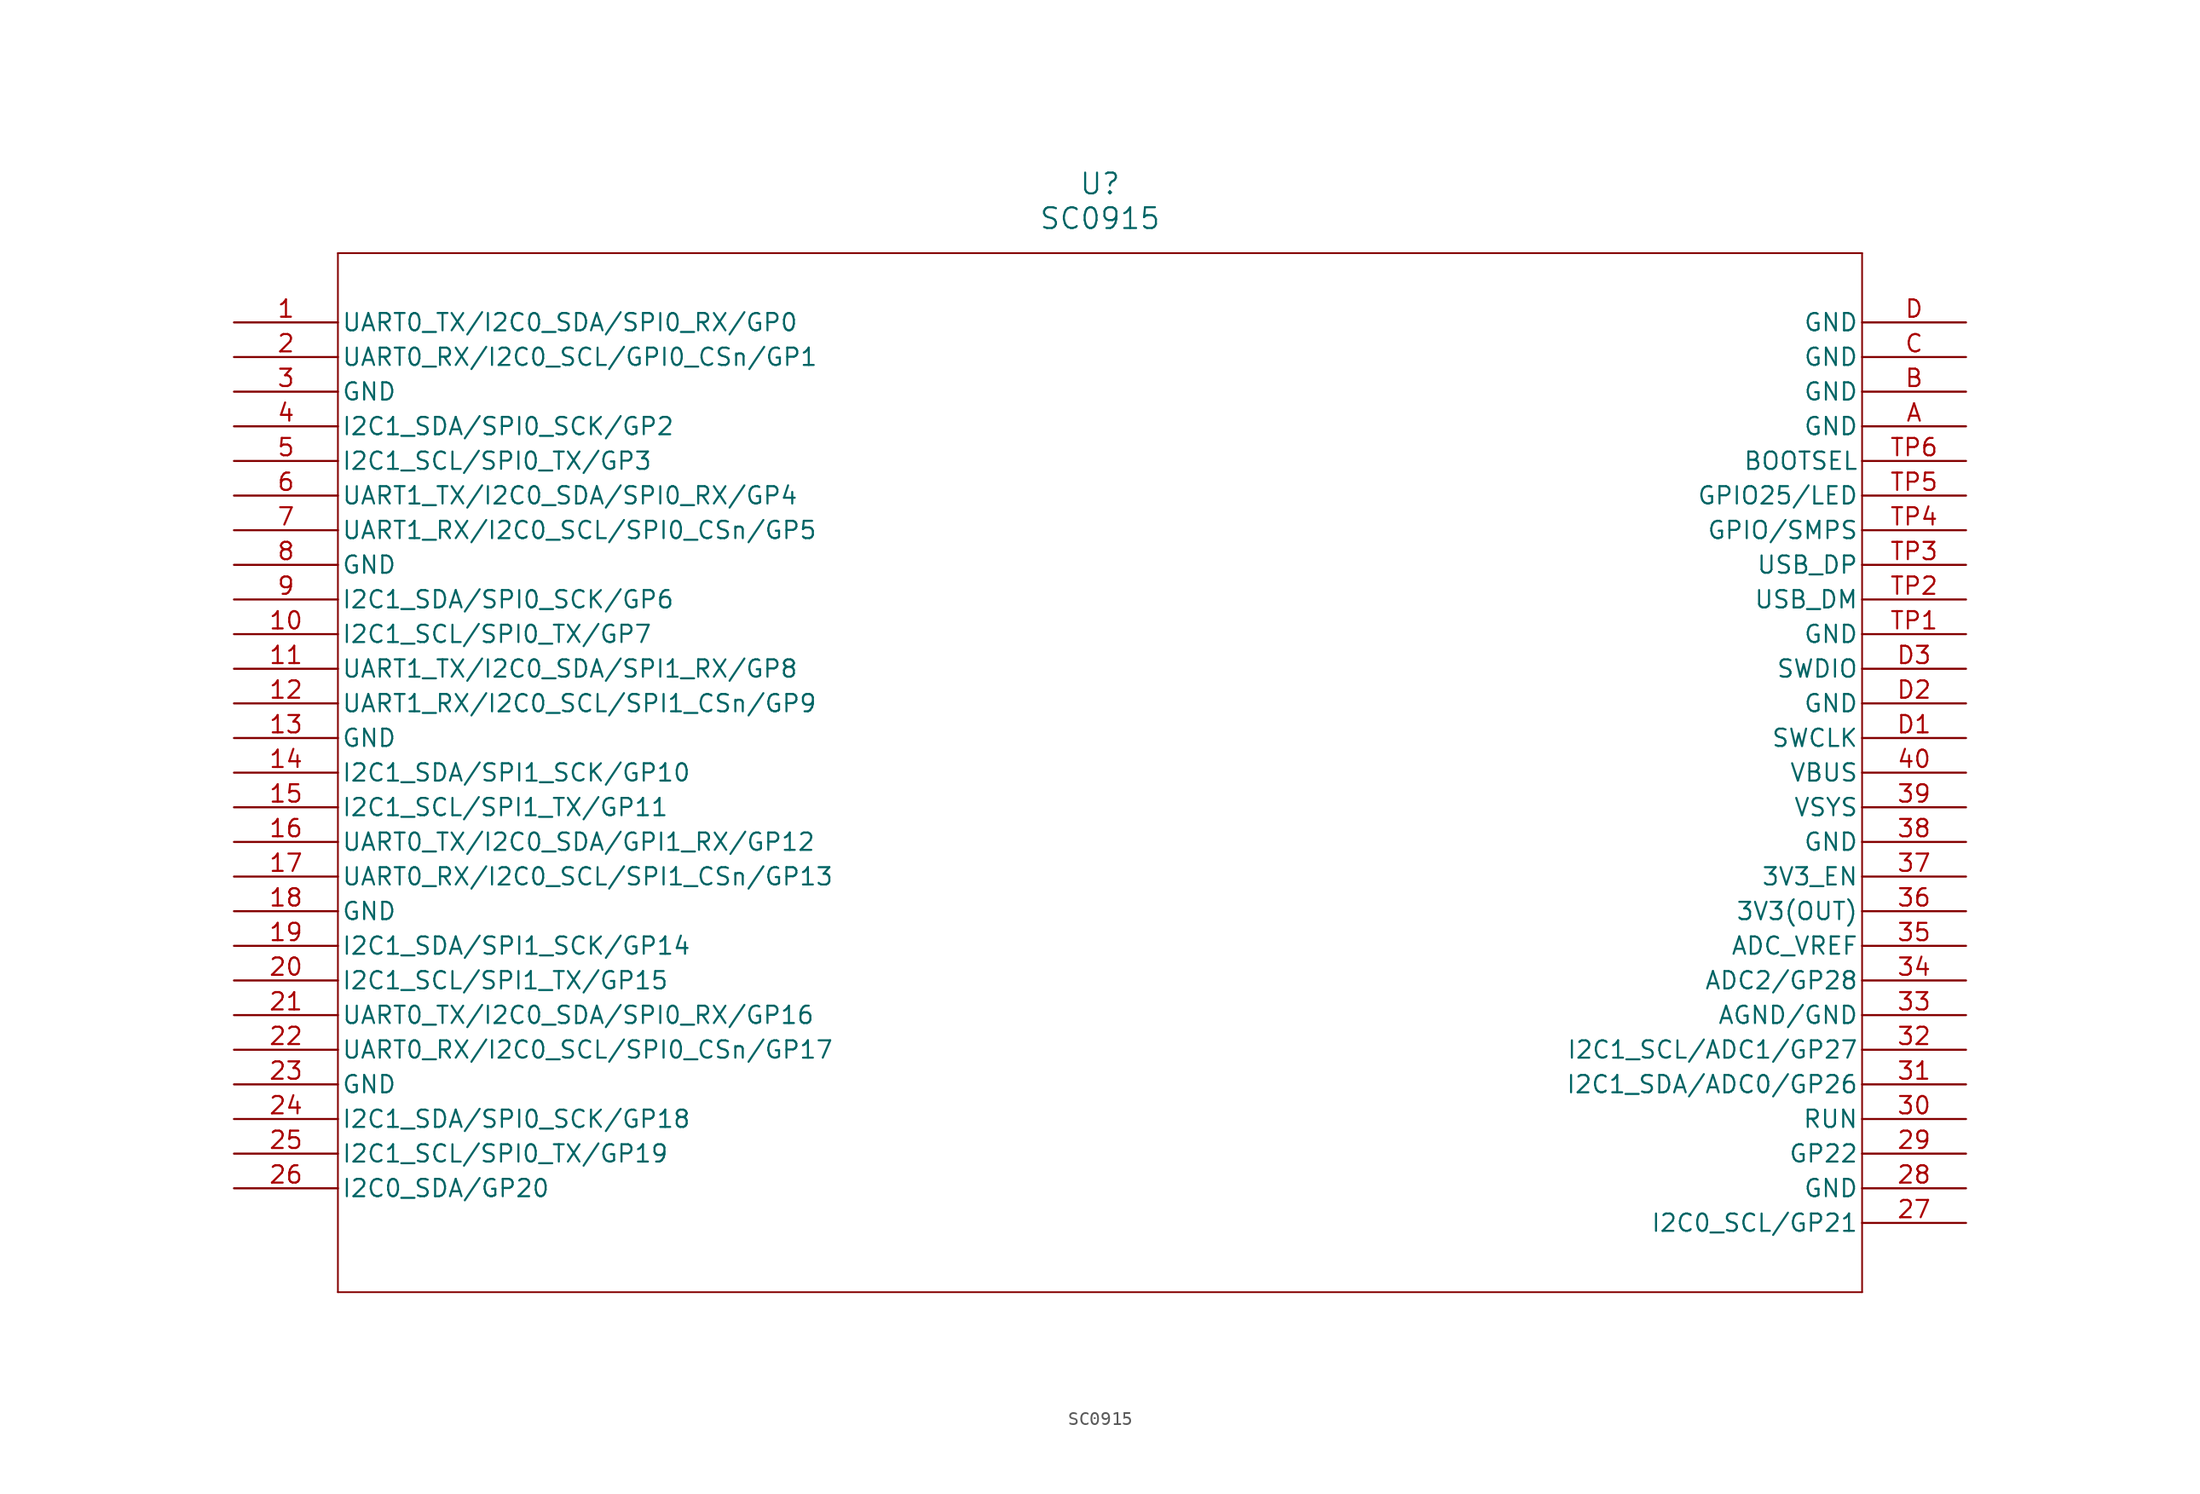
<source format=kicad_sym>
(kicad_symbol_lib
  (version 20211014)
  (generator kicad_symbol_editor)
  (symbol "SC0915"
    (pin_names
      (offset 0.254))
    (property "Reference" "U"
      (at 63.5 10.16 0)
      (effects (font (size 1.524 1.524))))
    (property "Value" "SC0915"
      (at 63.5 7.62 0)
      (effects (font (size 1.524 1.524))))
    (symbol "SC0915_0_1"
      (polyline (pts (xy 7.62 5.08) (xy 7.62 -71.12)) (stroke (width 0.127) (type default) (color 0 0 0 0)) (fill (type none)))
      (polyline (pts (xy 7.62 -71.12) (xy 119.38 -71.12)) (stroke (width 0.127) (type default) (color 0 0 0 0)) (fill (type none)))
      (polyline (pts (xy 119.38 -71.12) (xy 119.38 5.08)) (stroke (width 0.127) (type default) (color 0 0 0 0)) (fill (type none)))
      (polyline (pts (xy 119.38 5.08) (xy 7.62 5.08)) (stroke (width 0.127) (type default) (color 0 0 0 0)) (fill (type none)))
      (pin bidirectional line (at 0 0 0) (length 7.62) (name "UART0_TX/I2C0_SDA/SPI0_RX/GP0" (effects (font (size 1.27 1.27)))) (number "1" (effects (font (size 1.27 1.27)))))
      (pin bidirectional line (at 0 -2.54 0) (length 7.62) (name "UART0_RX/I2C0_SCL/GPI0_CSn/GP1" (effects (font (size 1.27 1.27)))) (number "2" (effects (font (size 1.27 1.27)))))
      (pin power_out line (at 0 -5.08 0) (length 7.62) (name "GND" (effects (font (size 1.27 1.27)))) (number "3" (effects (font (size 1.27 1.27)))))
      (pin bidirectional line (at 0 -7.62 0) (length 7.62) (name "I2C1_SDA/SPI0_SCK/GP2" (effects (font (size 1.27 1.27)))) (number "4" (effects (font (size 1.27 1.27)))))
      (pin bidirectional line (at 0 -10.16 0) (length 7.62) (name "I2C1_SCL/SPI0_TX/GP3" (effects (font (size 1.27 1.27)))) (number "5" (effects (font (size 1.27 1.27)))))
      (pin bidirectional line (at 0 -12.7 0) (length 7.62) (name "UART1_TX/I2C0_SDA/SPI0_RX/GP4" (effects (font (size 1.27 1.27)))) (number "6" (effects (font (size 1.27 1.27)))))
      (pin bidirectional line (at 0 -15.24 0) (length 7.62) (name "UART1_RX/I2C0_SCL/SPI0_CSn/GP5" (effects (font (size 1.27 1.27)))) (number "7" (effects (font (size 1.27 1.27)))))
      (pin power_out line (at 0 -17.78 0) (length 7.62) (name "GND" (effects (font (size 1.27 1.27)))) (number "8" (effects (font (size 1.27 1.27)))))
      (pin bidirectional line (at 0 -20.32 0) (length 7.62) (name "I2C1_SDA/SPI0_SCK/GP6" (effects (font (size 1.27 1.27)))) (number "9" (effects (font (size 1.27 1.27)))))
      (pin bidirectional line (at 0 -22.86 0) (length 7.62) (name "I2C1_SCL/SPI0_TX/GP7" (effects (font (size 1.27 1.27)))) (number "10" (effects (font (size 1.27 1.27)))))
      (pin bidirectional line (at 0 -25.4 0) (length 7.62) (name "UART1_TX/I2C0_SDA/SPI1_RX/GP8" (effects (font (size 1.27 1.27)))) (number "11" (effects (font (size 1.27 1.27)))))
      (pin bidirectional line (at 0 -27.94 0) (length 7.62) (name "UART1_RX/I2C0_SCL/SPI1_CSn/GP9" (effects (font (size 1.27 1.27)))) (number "12" (effects (font (size 1.27 1.27)))))
      (pin power_out line (at 0 -30.48 0) (length 7.62) (name "GND" (effects (font (size 1.27 1.27)))) (number "13" (effects (font (size 1.27 1.27)))))
      (pin bidirectional line (at 0 -33.02 0) (length 7.62) (name "I2C1_SDA/SPI1_SCK/GP10" (effects (font (size 1.27 1.27)))) (number "14" (effects (font (size 1.27 1.27)))))
      (pin bidirectional line (at 0 -35.56 0) (length 7.62) (name "I2C1_SCL/SPI1_TX/GP11" (effects (font (size 1.27 1.27)))) (number "15" (effects (font (size 1.27 1.27)))))
      (pin bidirectional line (at 0 -38.1 0) (length 7.62) (name "UART0_TX/I2C0_SDA/GPI1_RX/GP12" (effects (font (size 1.27 1.27)))) (number "16" (effects (font (size 1.27 1.27)))))
      (pin bidirectional line (at 0 -40.64 0) (length 7.62) (name "UART0_RX/I2C0_SCL/SPI1_CSn/GP13" (effects (font (size 1.27 1.27)))) (number "17" (effects (font (size 1.27 1.27)))))
      (pin power_out line (at 0 -43.18 0) (length 7.62) (name "GND" (effects (font (size 1.27 1.27)))) (number "18" (effects (font (size 1.27 1.27)))))
      (pin bidirectional line (at 0 -45.72 0) (length 7.62) (name "I2C1_SDA/SPI1_SCK/GP14" (effects (font (size 1.27 1.27)))) (number "19" (effects (font (size 1.27 1.27)))))
      (pin bidirectional line (at 0 -48.26 0) (length 7.62) (name "I2C1_SCL/SPI1_TX/GP15" (effects (font (size 1.27 1.27)))) (number "20" (effects (font (size 1.27 1.27)))))
      (pin bidirectional line (at 0 -50.8 0) (length 7.62) (name "UART0_TX/I2C0_SDA/SPI0_RX/GP16" (effects (font (size 1.27 1.27)))) (number "21" (effects (font (size 1.27 1.27)))))
      (pin bidirectional line (at 0 -53.34 0) (length 7.62) (name "UART0_RX/I2C0_SCL/SPI0_CSn/GP17" (effects (font (size 1.27 1.27)))) (number "22" (effects (font (size 1.27 1.27)))))
      (pin power_out line (at 0 -55.88 0) (length 7.62) (name "GND" (effects (font (size 1.27 1.27)))) (number "23" (effects (font (size 1.27 1.27)))))
      (pin bidirectional line (at 0 -58.42 0) (length 7.62) (name "I2C1_SDA/SPI0_SCK/GP18" (effects (font (size 1.27 1.27)))) (number "24" (effects (font (size 1.27 1.27)))))
      (pin bidirectional line (at 0 -60.96 0) (length 7.62) (name "I2C1_SCL/SPI0_TX/GP19" (effects (font (size 1.27 1.27)))) (number "25" (effects (font (size 1.27 1.27)))))
      (pin bidirectional line (at 0 -63.5 0) (length 7.62) (name "I2C0_SDA/GP20" (effects (font (size 1.27 1.27)))) (number "26" (effects (font (size 1.27 1.27)))))
      (pin bidirectional line (at 127 -66.04 180) (length 7.62) (name "I2C0_SCL/GP21" (effects (font (size 1.27 1.27)))) (number "27" (effects (font (size 1.27 1.27)))))
      (pin power_out line (at 127 -63.5 180) (length 7.62) (name "GND" (effects (font (size 1.27 1.27)))) (number "28" (effects (font (size 1.27 1.27)))))
      (pin bidirectional line (at 127 -60.96 180) (length 7.62) (name "GP22" (effects (font (size 1.27 1.27)))) (number "29" (effects (font (size 1.27 1.27)))))
      (pin unspecified line (at 127 -58.42 180) (length 7.62) (name "RUN" (effects (font (size 1.27 1.27)))) (number "30" (effects (font (size 1.27 1.27)))))
      (pin bidirectional line (at 127 -55.88 180) (length 7.62) (name "I2C1_SDA/ADC0/GP26" (effects (font (size 1.27 1.27)))) (number "31" (effects (font (size 1.27 1.27)))))
      (pin bidirectional line (at 127 -53.34 180) (length 7.62) (name "I2C1_SCL/ADC1/GP27" (effects (font (size 1.27 1.27)))) (number "32" (effects (font (size 1.27 1.27)))))
      (pin power_out line (at 127 -50.8 180) (length 7.62) (name "AGND/GND" (effects (font (size 1.27 1.27)))) (number "33" (effects (font (size 1.27 1.27)))))
      (pin bidirectional line (at 127 -48.26 180) (length 7.62) (name "ADC2/GP28" (effects (font (size 1.27 1.27)))) (number "34" (effects (font (size 1.27 1.27)))))
      (pin power_in line (at 127 -45.72 180) (length 7.62) (name "ADC_VREF" (effects (font (size 1.27 1.27)))) (number "35" (effects (font (size 1.27 1.27)))))
      (pin output line (at 127 -43.18 180) (length 7.62) (name "3V3(OUT)" (effects (font (size 1.27 1.27)))) (number "36" (effects (font (size 1.27 1.27)))))
      (pin power_in line (at 127 -40.64 180) (length 7.62) (name "3V3_EN" (effects (font (size 1.27 1.27)))) (number "37" (effects (font (size 1.27 1.27)))))
      (pin power_out line (at 127 -38.1 180) (length 7.62) (name "GND" (effects (font (size 1.27 1.27)))) (number "38" (effects (font (size 1.27 1.27)))))
      (pin power_in line (at 127 -35.56 180) (length 7.62) (name "VSYS" (effects (font (size 1.27 1.27)))) (number "39" (effects (font (size 1.27 1.27)))))
      (pin power_in line (at 127 -33.02 180) (length 7.62) (name "VBUS" (effects (font (size 1.27 1.27)))) (number "40" (effects (font (size 1.27 1.27)))))
      (pin unspecified line (at 127 -30.48 180) (length 7.62) (name "SWCLK" (effects (font (size 1.27 1.27)))) (number "D1" (effects (font (size 1.27 1.27)))))
      (pin power_out line (at 127 -27.94 180) (length 7.62) (name "GND" (effects (font (size 1.27 1.27)))) (number "D2" (effects (font (size 1.27 1.27)))))
      (pin unspecified line (at 127 -25.4 180) (length 7.62) (name "SWDIO" (effects (font (size 1.27 1.27)))) (number "D3" (effects (font (size 1.27 1.27)))))
      (pin power_out line (at 127 -22.86 180) (length 7.62) (name "GND" (effects (font (size 1.27 1.27)))) (number "TP1" (effects (font (size 1.27 1.27)))))
      (pin unspecified line (at 127 -20.32 180) (length 7.62) (name "USB_DM" (effects (font (size 1.27 1.27)))) (number "TP2" (effects (font (size 1.27 1.27)))))
      (pin unspecified line (at 127 -17.78 180) (length 7.62) (name "USB_DP" (effects (font (size 1.27 1.27)))) (number "TP3" (effects (font (size 1.27 1.27)))))
      (pin unspecified line (at 127 -15.24 180) (length 7.62) (name "GPIO/SMPS" (effects (font (size 1.27 1.27)))) (number "TP4" (effects (font (size 1.27 1.27)))))
      (pin unspecified line (at 127 -12.7 180) (length 7.62) (name "GPIO25/LED" (effects (font (size 1.27 1.27)))) (number "TP5" (effects (font (size 1.27 1.27)))))
      (pin unspecified line (at 127 -10.16 180) (length 7.62) (name "BOOTSEL" (effects (font (size 1.27 1.27)))) (number "TP6" (effects (font (size 1.27 1.27)))))
      (pin power_out line (at 127 -7.62 180) (length 7.62) (name "GND" (effects (font (size 1.27 1.27)))) (number "A" (effects (font (size 1.27 1.27)))))
      (pin power_out line (at 127 -5.08 180) (length 7.62) (name "GND" (effects (font (size 1.27 1.27)))) (number "B" (effects (font (size 1.27 1.27)))))
      (pin power_out line (at 127 -2.54 180) (length 7.62) (name "GND" (effects (font (size 1.27 1.27)))) (number "C" (effects (font (size 1.27 1.27)))))
      (pin power_out line (at 127 0 180) (length 7.62) (name "GND" (effects (font (size 1.27 1.27)))) (number "D" (effects (font (size 1.27 1.27))))))))
</source>
